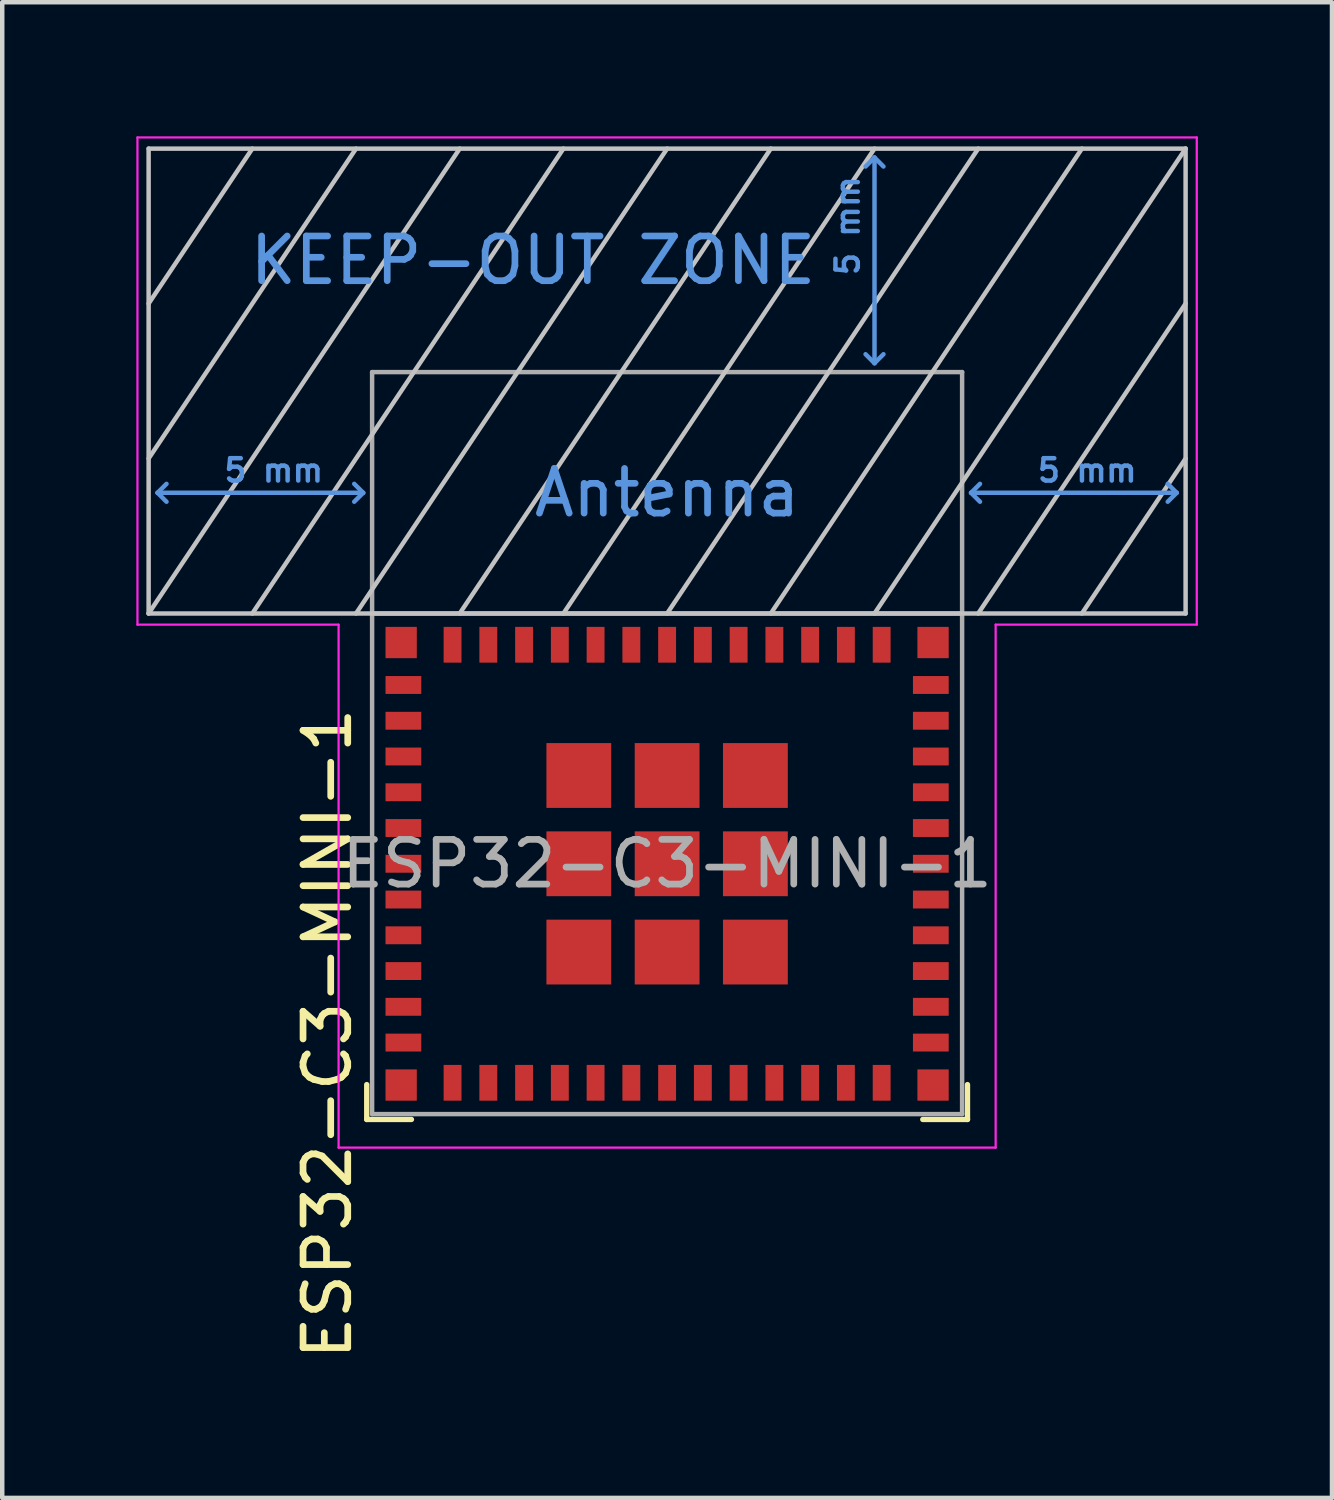
<source format=kicad_pcb>
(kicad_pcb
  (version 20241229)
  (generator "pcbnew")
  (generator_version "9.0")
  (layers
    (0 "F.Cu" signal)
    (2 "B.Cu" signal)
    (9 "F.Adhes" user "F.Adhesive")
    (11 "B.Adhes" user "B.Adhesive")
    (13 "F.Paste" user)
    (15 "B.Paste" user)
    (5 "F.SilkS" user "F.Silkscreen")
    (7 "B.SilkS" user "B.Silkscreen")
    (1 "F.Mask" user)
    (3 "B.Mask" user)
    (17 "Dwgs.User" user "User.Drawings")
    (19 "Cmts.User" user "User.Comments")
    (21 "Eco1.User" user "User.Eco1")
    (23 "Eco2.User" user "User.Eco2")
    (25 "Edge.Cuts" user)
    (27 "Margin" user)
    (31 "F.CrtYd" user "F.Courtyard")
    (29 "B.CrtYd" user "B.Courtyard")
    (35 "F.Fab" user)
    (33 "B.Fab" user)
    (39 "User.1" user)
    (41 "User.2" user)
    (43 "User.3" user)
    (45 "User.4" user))
  (footprint "ESP32-C3-MINI-1"
    (layer "F.Cu")
    (at 11.875 16.275)
    (property "Reference" "ESP32-C3-MINI-1" (at -7.6 3.8 90) (layer "F.SilkS") (effects (font (size 1 1) (thickness 0.15))))
    (attr smd)
    (fp_line (start -6.72 4.94) (end -6.72 5.72) (stroke (width 0.12) (type solid)) (layer "F.SilkS"))
    (fp_line (start -6.72 5.72) (end -5.72 5.72) (stroke (width 0.12) (type solid)) (layer "F.SilkS"))
    (fp_line (start 5.72 5.72) (end 6.72 5.72) (stroke (width 0.12) (type solid)) (layer "F.SilkS"))
    (fp_line (start 6.72 4.94) (end 6.72 5.72) (stroke (width 0.12) (type solid)) (layer "F.SilkS"))
    (fp_line (start -11.6 -5.6) (end -11.6 -16) (stroke (width 0.1) (type solid)) (layer "Dwgs.User"))
    (fp_line (start -9.28 -16) (end -11.6 -12.533) (stroke (width 0.1) (type solid)) (layer "Dwgs.User"))
    (fp_line (start -6.96 -16) (end -11.6 -9.067) (stroke (width 0.1) (type solid)) (layer "Dwgs.User"))
    (fp_line (start -4.64 -16) (end -11.6 -5.6) (stroke (width 0.1) (type solid)) (layer "Dwgs.User"))
    (fp_line (start -2.32 -16) (end -9.28 -5.6) (stroke (width 0.1) (type solid)) (layer "Dwgs.User"))
    (fp_line (start 0 -16) (end -6.96 -5.6) (stroke (width 0.1) (type solid)) (layer "Dwgs.User"))
    (fp_line (start 2.32 -16) (end -4.64 -5.6) (stroke (width 0.1) (type solid)) (layer "Dwgs.User"))
    (fp_line (start 4.64 -16) (end -2.32 -5.6) (stroke (width 0.1) (type solid)) (layer "Dwgs.User"))
    (fp_line (start 6.96 -16) (end 0 -5.6) (stroke (width 0.1) (type solid)) (layer "Dwgs.User"))
    (fp_line (start 9.28 -16) (end 2.32 -5.6) (stroke (width 0.1) (type solid)) (layer "Dwgs.User"))
    (fp_line (start 11.6 -16) (end -11.6 -16) (stroke (width 0.1) (type solid)) (layer "Dwgs.User"))
    (fp_line (start 11.6 -16) (end 4.64 -5.6) (stroke (width 0.1) (type solid)) (layer "Dwgs.User"))
    (fp_line (start 11.6 -12.533) (end 6.96 -5.6) (stroke (width 0.1) (type solid)) (layer "Dwgs.User"))
    (fp_line (start 11.6 -9.067) (end 9.28 -5.6) (stroke (width 0.1) (type solid)) (layer "Dwgs.User"))
    (fp_line (start 11.6 -5.6) (end -11.6 -5.6) (stroke (width 0.1) (type solid)) (layer "Dwgs.User"))
    (fp_line (start 11.6 -5.6) (end 11.6 -16) (stroke (width 0.1) (type solid)) (layer "Dwgs.User"))
    (fp_line (start -11.4 -8.3) (end -11.2 -8.5) (stroke (width 0.1) (type solid)) (layer "Cmts.User"))
    (fp_line (start -11.4 -8.3) (end -11.2 -8.1) (stroke (width 0.1) (type solid)) (layer "Cmts.User"))
    (fp_line (start -11.4 -8.3) (end -6.8 -8.3) (stroke (width 0.1) (type solid)) (layer "Cmts.User"))
    (fp_line (start -6.8 -8.3) (end -7 -8.5) (stroke (width 0.1) (type solid)) (layer "Cmts.User"))
    (fp_line (start -6.8 -8.3) (end -7 -8.1) (stroke (width 0.1) (type solid)) (layer "Cmts.User"))
    (fp_line (start 4.64 -15.8) (end 4.44 -15.6) (stroke (width 0.1) (type solid)) (layer "Cmts.User"))
    (fp_line (start 4.64 -15.8) (end 4.84 -15.6) (stroke (width 0.1) (type solid)) (layer "Cmts.User"))
    (fp_line (start 4.64 -11.2) (end 4.44 -11.4) (stroke (width 0.1) (type solid)) (layer "Cmts.User"))
    (fp_line (start 4.64 -11.2) (end 4.64 -15.8) (stroke (width 0.1) (type solid)) (layer "Cmts.User"))
    (fp_line (start 4.64 -11.2) (end 4.84 -11.4) (stroke (width 0.1) (type solid)) (layer "Cmts.User"))
    (fp_line (start 6.8 -8.3) (end 7 -8.5) (stroke (width 0.1) (type solid)) (layer "Cmts.User"))
    (fp_line (start 6.8 -8.3) (end 7 -8.1) (stroke (width 0.1) (type solid)) (layer "Cmts.User"))
    (fp_line (start 6.8 -8.3) (end 11.4 -8.3) (stroke (width 0.1) (type solid)) (layer "Cmts.User"))
    (fp_line (start 11.4 -8.3) (end 11.2 -8.5) (stroke (width 0.1) (type solid)) (layer "Cmts.User"))
    (fp_line (start 11.4 -8.3) (end 11.2 -8.1) (stroke (width 0.1) (type solid)) (layer "Cmts.User"))
    (fp_line (start -11.85 -16.25) (end 11.85 -16.25) (stroke (width 0.05) (type solid)) (layer "F.CrtYd"))
    (fp_line (start -11.85 -5.35) (end -11.85 -16.25) (stroke (width 0.05) (type solid)) (layer "F.CrtYd"))
    (fp_line (start -11.85 -5.35) (end -7.35 -5.35) (stroke (width 0.05) (type solid)) (layer "F.CrtYd"))
    (fp_line (start -7.35 6.35) (end -7.35 -5.35) (stroke (width 0.05) (type solid)) (layer "F.CrtYd"))
    (fp_line (start -7.35 6.35) (end 7.35 6.35) (stroke (width 0.05) (type solid)) (layer "F.CrtYd"))
    (fp_line (start 7.35 -5.35) (end 11.85 -5.35) (stroke (width 0.05) (type solid)) (layer "F.CrtYd"))
    (fp_line (start 7.35 6.35) (end 7.35 -5.35) (stroke (width 0.05) (type solid)) (layer "F.CrtYd"))
    (fp_line (start 11.85 -5.35) (end 11.85 -16.25) (stroke (width 0.05) (type solid)) (layer "F.CrtYd"))
    (fp_line (start -6.6 -11) (end 6.6 -11) (stroke (width 0.1) (type solid)) (layer "F.Fab"))
    (fp_line (start -6.6 -5.6) (end 6.6 -5.6) (stroke (width 0.1) (type solid)) (layer "F.Fab"))
    (fp_line (start -6.6 5.6) (end -6.6 -11) (stroke (width 0.1) (type solid)) (layer "F.Fab"))
    (fp_line (start -6.6 5.6) (end 6.6 5.6) (stroke (width 0.1) (type solid)) (layer "F.Fab"))
    (fp_line (start 6.6 5.6) (end 6.6 -11) (stroke (width 0.1) (type solid)) (layer "F.Fab"))
    (fp_text user "Antenna" (at 0 -8.3 0) (layer "Cmts.User") (effects (font (size 1 1) (thickness 0.15))))
    (fp_text user "5 mm" (at -8.8 -8.8 0) (layer "Cmts.User") (effects (font (size 0.5 0.5) (thickness 0.1))))
    (fp_text user "KEEP-OUT ZONE" (at -3 -13.5 0) (layer "Cmts.User") (effects (font (size 1 1) (thickness 0.15))))
    (fp_text user "5 mm" (at 4.04 -14.275 90) (layer "Cmts.User") (effects (font (size 0.5 0.5) (thickness 0.1))))
    (fp_text user "5 mm" (at 9.4 -8.8 0) (layer "Cmts.User") (effects (font (size 0.5 0.5) (thickness 0.1))))
    (fp_text user "${REFERENCE}" (at 0 0 0) (layer "F.Fab") (effects (font (size 1 1) (thickness 0.15))))
    (pad "1" smd rect (at -5.9 -4) (size 0.8 0.4) (layers "F.Cu" "F.Mask" "F.Paste"))
    (pad "1" smd rect (at 0 0) (size 1.45 1.45) (layers "F.Cu" "F.Mask" "F.Paste"))
    (pad "2" smd rect (at -5.9 -3.2) (size 0.8 0.4) (layers "F.Cu" "F.Mask" "F.Paste"))
    (pad "3" smd rect (at -5.9 -2.4) (size 0.8 0.4) (layers "F.Cu" "F.Mask" "F.Paste"))
    (pad "4" smd rect (at -5.9 -1.6) (size 0.8 0.4) (layers "F.Cu" "F.Mask" "F.Paste"))
    (pad "5" smd rect (at -5.9 -0.8) (size 0.8 0.4) (layers "F.Cu" "F.Mask" "F.Paste"))
    (pad "6" smd rect (at -5.9 0) (size 0.8 0.4) (layers "F.Cu" "F.Mask" "F.Paste"))
    (pad "7" smd rect (at -5.9 0.8) (size 0.8 0.4) (layers "F.Cu" "F.Mask" "F.Paste"))
    (pad "8" smd rect (at -5.9 1.6) (size 0.8 0.4) (layers "F.Cu" "F.Mask" "F.Paste"))
    (pad "9" smd rect (at -5.9 2.4) (size 0.8 0.4) (layers "F.Cu" "F.Mask" "F.Paste"))
    (pad "10" smd rect (at -5.9 3.2) (size 0.8 0.4) (layers "F.Cu" "F.Mask" "F.Paste"))
    (pad "11" smd rect (at -5.9 4) (size 0.8 0.4) (layers "F.Cu" "F.Mask" "F.Paste"))
    (pad "12" smd rect (at -4.8 4.9) (size 0.4 0.8) (layers "F.Cu" "F.Mask" "F.Paste"))
    (pad "13" smd rect (at -4 4.9) (size 0.4 0.8) (layers "F.Cu" "F.Mask" "F.Paste"))
    (pad "14" smd rect (at -3.2 4.9) (size 0.4 0.8) (layers "F.Cu" "F.Mask" "F.Paste"))
    (pad "15" smd rect (at -2.4 4.9) (size 0.4 0.8) (layers "F.Cu" "F.Mask" "F.Paste"))
    (pad "16" smd rect (at -1.6 4.9) (size 0.4 0.8) (layers "F.Cu" "F.Mask" "F.Paste"))
    (pad "17" smd rect (at -0.8 4.9) (size 0.4 0.8) (layers "F.Cu" "F.Mask" "F.Paste"))
    (pad "18" smd rect (at 0 4.9) (size 0.4 0.8) (layers "F.Cu" "F.Mask" "F.Paste"))
    (pad "19" smd rect (at 0.8 4.9) (size 0.4 0.8) (layers "F.Cu" "F.Mask" "F.Paste"))
    (pad "20" smd rect (at 1.6 4.9) (size 0.4 0.8) (layers "F.Cu" "F.Mask" "F.Paste"))
    (pad "21" smd rect (at 2.4 4.9) (size 0.4 0.8) (layers "F.Cu" "F.Mask" "F.Paste"))
    (pad "22" smd rect (at 3.2 4.9) (size 0.4 0.8) (layers "F.Cu" "F.Mask" "F.Paste"))
    (pad "23" smd rect (at 4 4.9) (size 0.4 0.8) (layers "F.Cu" "F.Mask" "F.Paste"))
    (pad "24" smd rect (at 4.8 4.9) (size 0.4 0.8) (layers "F.Cu" "F.Mask" "F.Paste"))
    (pad "25" smd rect (at 5.9 4) (size 0.8 0.4) (layers "F.Cu" "F.Mask" "F.Paste"))
    (pad "26" smd rect (at 5.9 3.2) (size 0.8 0.4) (layers "F.Cu" "F.Mask" "F.Paste"))
    (pad "27" smd rect (at 5.9 2.4) (size 0.8 0.4) (layers "F.Cu" "F.Mask" "F.Paste"))
    (pad "28" smd rect (at 5.9 1.6) (size 0.8 0.4) (layers "F.Cu" "F.Mask" "F.Paste"))
    (pad "29" smd rect (at 5.9 0.8) (size 0.8 0.4) (layers "F.Cu" "F.Mask" "F.Paste"))
    (pad "30" smd rect (at 5.9 0) (size 0.8 0.4) (layers "F.Cu" "F.Mask" "F.Paste"))
    (pad "31" smd rect (at 5.9 -0.8) (size 0.8 0.4) (layers "F.Cu" "F.Mask" "F.Paste"))
    (pad "32" smd rect (at 5.9 -1.6) (size 0.8 0.4) (layers "F.Cu" "F.Mask" "F.Paste"))
    (pad "33" smd rect (at 5.9 -2.4) (size 0.8 0.4) (layers "F.Cu" "F.Mask" "F.Paste"))
    (pad "34" smd rect (at 5.9 -3.2) (size 0.8 0.4) (layers "F.Cu" "F.Mask" "F.Paste"))
    (pad "35" smd rect (at 5.9 -4) (size 0.8 0.4) (layers "F.Cu" "F.Mask" "F.Paste"))
    (pad "36" smd rect (at 4.8 -4.9) (size 0.4 0.8) (layers "F.Cu" "F.Mask" "F.Paste"))
    (pad "37" smd rect (at 4 -4.9) (size 0.4 0.8) (layers "F.Cu" "F.Mask" "F.Paste"))
    (pad "38" smd rect (at 3.2 -4.9) (size 0.4 0.8) (layers "F.Cu" "F.Mask" "F.Paste"))
    (pad "39" smd rect (at 2.4 -4.9) (size 0.4 0.8) (layers "F.Cu" "F.Mask" "F.Paste"))
    (pad "40" smd rect (at 1.6 -4.9) (size 0.4 0.8) (layers "F.Cu" "F.Mask" "F.Paste"))
    (pad "41" smd rect (at 0.8 -4.9) (size 0.4 0.8) (layers "F.Cu" "F.Mask" "F.Paste"))
    (pad "42" smd rect (at 0 -4.9) (size 0.4 0.8) (layers "F.Cu" "F.Mask" "F.Paste"))
    (pad "43" smd rect (at -0.8 -4.9) (size 0.4 0.8) (layers "F.Cu" "F.Mask" "F.Paste"))
    (pad "44" smd rect (at -1.6 -4.9) (size 0.4 0.8) (layers "F.Cu" "F.Mask" "F.Paste"))
    (pad "45" smd rect (at -2.4 -4.9) (size 0.4 0.8) (layers "F.Cu" "F.Mask" "F.Paste"))
    (pad "46" smd rect (at -3.2 -4.9) (size 0.4 0.8) (layers "F.Cu" "F.Mask" "F.Paste"))
    (pad "47" smd rect (at -4 -4.9) (size 0.4 0.8) (layers "F.Cu" "F.Mask" "F.Paste"))
    (pad "48" smd rect (at -4.8 -4.9) (size 0.4 0.8) (layers "F.Cu" "F.Mask" "F.Paste"))
    (pad "49" smd rect (at -1.975 -1.975) (size 1.45 1.45) (layers "F.Cu" "F.Mask" "F.Paste"))
    (pad "49" smd rect (at -1.975 0) (size 1.45 1.45) (layers "F.Cu" "F.Mask" "F.Paste"))
    (pad "49" smd rect (at -1.975 1.975) (size 1.45 1.45) (layers "F.Cu" "F.Mask" "F.Paste"))
    (pad "49" smd rect (at 0 -1.975) (size 1.45 1.45) (layers "F.Cu" "F.Mask" "F.Paste"))
    (pad "49" smd rect (at 0 1.975) (size 1.45 1.45) (layers "F.Cu" "F.Mask" "F.Paste"))
    (pad "49" smd rect (at 1.975 -1.975) (size 1.45 1.45) (layers "F.Cu" "F.Mask" "F.Paste"))
    (pad "49" smd rect (at 1.975 0) (size 1.45 1.45) (layers "F.Cu" "F.Mask" "F.Paste"))
    (pad "49" smd rect (at 1.975 1.975) (size 1.45 1.45) (layers "F.Cu" "F.Mask" "F.Paste"))
    (pad "50" smd rect (at 5.95 -4.95) (size 0.7 0.7) (layers "F.Cu" "F.Mask" "F.Paste"))
    (pad "51" smd rect (at 5.95 4.95) (size 0.7 0.7) (layers "F.Cu" "F.Mask" "F.Paste"))
    (pad "52" smd rect (at -5.95 4.95) (size 0.7 0.7) (layers "F.Cu" "F.Mask" "F.Paste"))
    (pad "53" smd rect (at -5.95 -4.95) (size 0.7 0.7) (layers "F.Cu" "F.Mask" "F.Paste")))
  (gr_rect
    (start -3 -3)
    (end 26.75 30.462)
    (stroke (width 0.1) (type default))
    (fill no)
    (layer "Edge.Cuts")))
</source>
